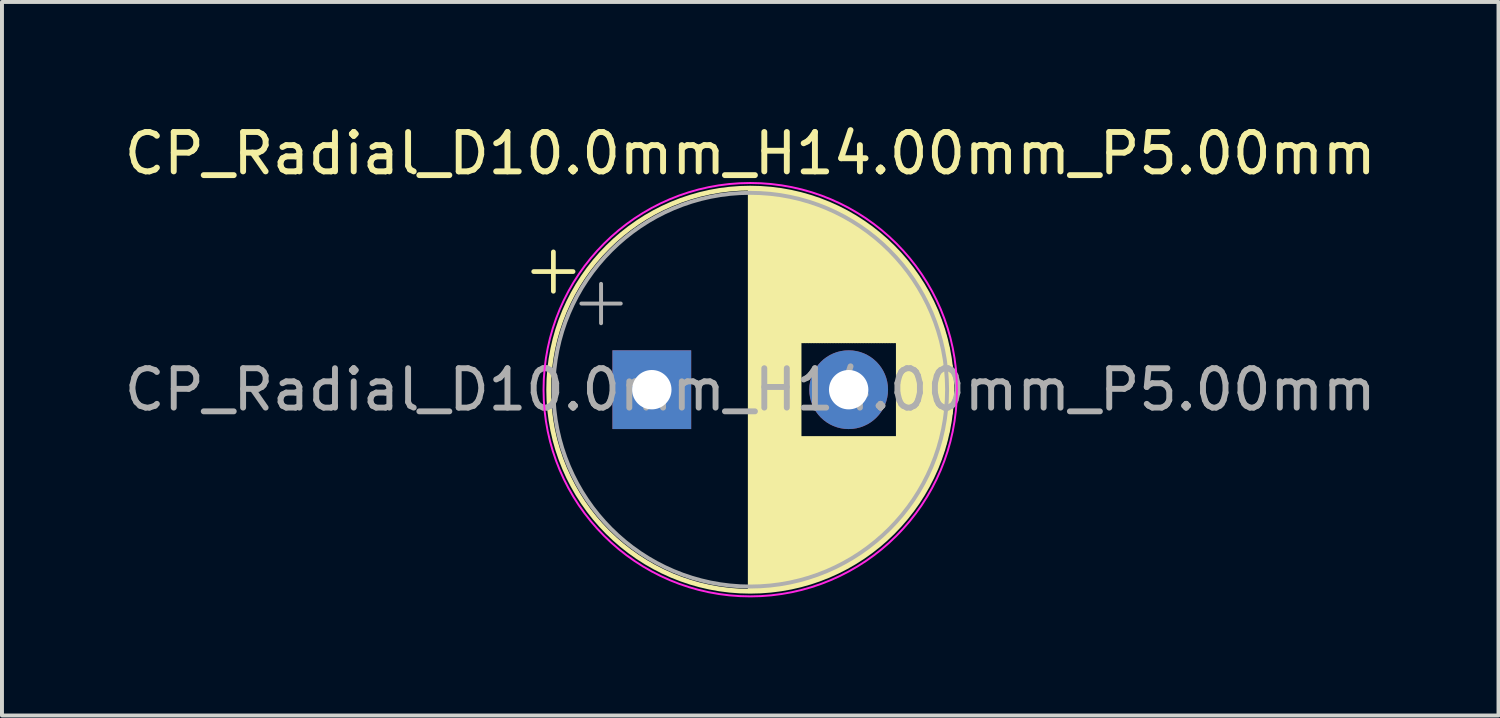
<source format=kicad_pcb>
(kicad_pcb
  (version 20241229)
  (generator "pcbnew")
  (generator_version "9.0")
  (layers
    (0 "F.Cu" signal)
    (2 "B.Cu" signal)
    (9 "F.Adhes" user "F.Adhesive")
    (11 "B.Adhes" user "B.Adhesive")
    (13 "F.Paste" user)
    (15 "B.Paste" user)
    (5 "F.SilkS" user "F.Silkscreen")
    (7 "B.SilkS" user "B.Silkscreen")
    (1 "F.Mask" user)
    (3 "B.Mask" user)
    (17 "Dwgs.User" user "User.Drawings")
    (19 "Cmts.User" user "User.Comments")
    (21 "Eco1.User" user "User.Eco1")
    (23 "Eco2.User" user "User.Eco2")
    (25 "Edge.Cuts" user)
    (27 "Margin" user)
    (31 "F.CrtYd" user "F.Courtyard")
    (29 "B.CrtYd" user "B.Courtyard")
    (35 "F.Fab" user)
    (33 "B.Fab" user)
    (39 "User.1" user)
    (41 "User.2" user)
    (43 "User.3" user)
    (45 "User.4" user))
  (footprint "CP_Radial_D10.0mm_H14.00mm_P5.00mm"
    (layer "F.Cu")
    (at 16.006 6.848)
    (property "Reference" "CP_Radial_D10.0mm_H14.00mm_P5.00mm" (at 0 -6 0) (layer "F.SilkS") (effects (font (size 1 1) (thickness 0.15))))
    (attr through_hole)
    (fp_line (start -5.5 -3) (end -4.5 -3) (stroke (width 0.12) (type solid)) (layer "F.SilkS"))
    (fp_line (start -5 -3.5) (end -5 -2.5) (stroke (width 0.12) (type solid)) (layer "F.SilkS"))
    (fp_line (start 0 -5.08) (end 0 5.08) (stroke (width 0.12) (type solid)) (layer "F.SilkS"))
    (fp_line (start 0.04 -5.08) (end 0.04 5.08) (stroke (width 0.12) (type solid)) (layer "F.SilkS"))
    (fp_line (start 0.08 -5.08) (end 0.08 5.08) (stroke (width 0.12) (type solid)) (layer "F.SilkS"))
    (fp_line (start 0.12 -5.079) (end 0.12 5.079) (stroke (width 0.12) (type solid)) (layer "F.SilkS"))
    (fp_line (start 0.16 -5.078) (end 0.16 5.078) (stroke (width 0.12) (type solid)) (layer "F.SilkS"))
    (fp_line (start 0.2 -5.077) (end 0.2 5.077) (stroke (width 0.12) (type solid)) (layer "F.SilkS"))
    (fp_line (start 0.24 -5.075) (end 0.24 5.075) (stroke (width 0.12) (type solid)) (layer "F.SilkS"))
    (fp_line (start 0.28 -5.073) (end 0.28 5.073) (stroke (width 0.12) (type solid)) (layer "F.SilkS"))
    (fp_line (start 0.32 -5.07) (end 0.32 5.07) (stroke (width 0.12) (type solid)) (layer "F.SilkS"))
    (fp_line (start 0.36 -5.068) (end 0.36 5.068) (stroke (width 0.12) (type solid)) (layer "F.SilkS"))
    (fp_line (start 0.4 -5.065) (end 0.4 5.065) (stroke (width 0.12) (type solid)) (layer "F.SilkS"))
    (fp_line (start 0.44 -5.062) (end 0.44 5.062) (stroke (width 0.12) (type solid)) (layer "F.SilkS"))
    (fp_line (start 0.48 -5.058) (end 0.48 5.058) (stroke (width 0.12) (type solid)) (layer "F.SilkS"))
    (fp_line (start 0.52 -5.054) (end 0.52 5.054) (stroke (width 0.12) (type solid)) (layer "F.SilkS"))
    (fp_line (start 0.56 -5.05) (end 0.56 5.05) (stroke (width 0.12) (type solid)) (layer "F.SilkS"))
    (fp_line (start 0.6 -5.045) (end 0.6 5.045) (stroke (width 0.12) (type solid)) (layer "F.SilkS"))
    (fp_line (start 0.64 -5.04) (end 0.64 5.04) (stroke (width 0.12) (type solid)) (layer "F.SilkS"))
    (fp_line (start 0.68 -5.035) (end 0.68 5.035) (stroke (width 0.12) (type solid)) (layer "F.SilkS"))
    (fp_line (start 0.721 -5.03) (end 0.721 5.03) (stroke (width 0.12) (type solid)) (layer "F.SilkS"))
    (fp_line (start 0.761 -5.024) (end 0.761 5.024) (stroke (width 0.12) (type solid)) (layer "F.SilkS"))
    (fp_line (start 0.801 -5.018) (end 0.801 5.018) (stroke (width 0.12) (type solid)) (layer "F.SilkS"))
    (fp_line (start 0.841 -5.011) (end 0.841 5.011) (stroke (width 0.12) (type solid)) (layer "F.SilkS"))
    (fp_line (start 0.881 -5.004) (end 0.881 5.004) (stroke (width 0.12) (type solid)) (layer "F.SilkS"))
    (fp_line (start 0.921 -4.997) (end 0.921 4.997) (stroke (width 0.12) (type solid)) (layer "F.SilkS"))
    (fp_line (start 0.961 -4.99) (end 0.961 4.99) (stroke (width 0.12) (type solid)) (layer "F.SilkS"))
    (fp_line (start 1.001 -4.982) (end 1.001 4.982) (stroke (width 0.12) (type solid)) (layer "F.SilkS"))
    (fp_line (start 1.041 -4.974) (end 1.041 4.974) (stroke (width 0.12) (type solid)) (layer "F.SilkS"))
    (fp_line (start 1.081 -4.965) (end 1.081 4.965) (stroke (width 0.12) (type solid)) (layer "F.SilkS"))
    (fp_line (start 1.121 -4.956) (end 1.121 4.956) (stroke (width 0.12) (type solid)) (layer "F.SilkS"))
    (fp_line (start 1.161 -4.947) (end 1.161 4.947) (stroke (width 0.12) (type solid)) (layer "F.SilkS"))
    (fp_line (start 1.201 -4.938) (end 1.201 4.938) (stroke (width 0.12) (type solid)) (layer "F.SilkS"))
    (fp_line (start 1.241 -4.928) (end 1.241 4.928) (stroke (width 0.12) (type solid)) (layer "F.SilkS"))
    (fp_line (start 1.281 -4.918) (end 1.281 -1.241) (stroke (width 0.12) (type solid)) (layer "F.SilkS"))
    (fp_line (start 1.281 1.241) (end 1.281 4.918) (stroke (width 0.12) (type solid)) (layer "F.SilkS"))
    (fp_line (start 1.321 -4.907) (end 1.321 -1.241) (stroke (width 0.12) (type solid)) (layer "F.SilkS"))
    (fp_line (start 1.321 1.241) (end 1.321 4.907) (stroke (width 0.12) (type solid)) (layer "F.SilkS"))
    (fp_line (start 1.361 -4.897) (end 1.361 -1.241) (stroke (width 0.12) (type solid)) (layer "F.SilkS"))
    (fp_line (start 1.361 1.241) (end 1.361 4.897) (stroke (width 0.12) (type solid)) (layer "F.SilkS"))
    (fp_line (start 1.401 -4.885) (end 1.401 -1.241) (stroke (width 0.12) (type solid)) (layer "F.SilkS"))
    (fp_line (start 1.401 1.241) (end 1.401 4.885) (stroke (width 0.12) (type solid)) (layer "F.SilkS"))
    (fp_line (start 1.441 -4.874) (end 1.441 -1.241) (stroke (width 0.12) (type solid)) (layer "F.SilkS"))
    (fp_line (start 1.441 1.241) (end 1.441 4.874) (stroke (width 0.12) (type solid)) (layer "F.SilkS"))
    (fp_line (start 1.481 -4.862) (end 1.481 -1.241) (stroke (width 0.12) (type solid)) (layer "F.SilkS"))
    (fp_line (start 1.481 1.241) (end 1.481 4.862) (stroke (width 0.12) (type solid)) (layer "F.SilkS"))
    (fp_line (start 1.521 -4.85) (end 1.521 -1.241) (stroke (width 0.12) (type solid)) (layer "F.SilkS"))
    (fp_line (start 1.521 1.241) (end 1.521 4.85) (stroke (width 0.12) (type solid)) (layer "F.SilkS"))
    (fp_line (start 1.561 -4.837) (end 1.561 -1.241) (stroke (width 0.12) (type solid)) (layer "F.SilkS"))
    (fp_line (start 1.561 1.241) (end 1.561 4.837) (stroke (width 0.12) (type solid)) (layer "F.SilkS"))
    (fp_line (start 1.601 -4.824) (end 1.601 -1.241) (stroke (width 0.12) (type solid)) (layer "F.SilkS"))
    (fp_line (start 1.601 1.241) (end 1.601 4.824) (stroke (width 0.12) (type solid)) (layer "F.SilkS"))
    (fp_line (start 1.641 -4.811) (end 1.641 -1.241) (stroke (width 0.12) (type solid)) (layer "F.SilkS"))
    (fp_line (start 1.641 1.241) (end 1.641 4.811) (stroke (width 0.12) (type solid)) (layer "F.SilkS"))
    (fp_line (start 1.681 -4.797) (end 1.681 -1.241) (stroke (width 0.12) (type solid)) (layer "F.SilkS"))
    (fp_line (start 1.681 1.241) (end 1.681 4.797) (stroke (width 0.12) (type solid)) (layer "F.SilkS"))
    (fp_line (start 1.721 -4.783) (end 1.721 -1.241) (stroke (width 0.12) (type solid)) (layer "F.SilkS"))
    (fp_line (start 1.721 1.241) (end 1.721 4.783) (stroke (width 0.12) (type solid)) (layer "F.SilkS"))
    (fp_line (start 1.761 -4.768) (end 1.761 -1.241) (stroke (width 0.12) (type solid)) (layer "F.SilkS"))
    (fp_line (start 1.761 1.241) (end 1.761 4.768) (stroke (width 0.12) (type solid)) (layer "F.SilkS"))
    (fp_line (start 1.801 -4.754) (end 1.801 -1.241) (stroke (width 0.12) (type solid)) (layer "F.SilkS"))
    (fp_line (start 1.801 1.241) (end 1.801 4.754) (stroke (width 0.12) (type solid)) (layer "F.SilkS"))
    (fp_line (start 1.841 -4.738) (end 1.841 -1.241) (stroke (width 0.12) (type solid)) (layer "F.SilkS"))
    (fp_line (start 1.841 1.241) (end 1.841 4.738) (stroke (width 0.12) (type solid)) (layer "F.SilkS"))
    (fp_line (start 1.881 -4.723) (end 1.881 -1.241) (stroke (width 0.12) (type solid)) (layer "F.SilkS"))
    (fp_line (start 1.881 1.241) (end 1.881 4.723) (stroke (width 0.12) (type solid)) (layer "F.SilkS"))
    (fp_line (start 1.921 -4.707) (end 1.921 -1.241) (stroke (width 0.12) (type solid)) (layer "F.SilkS"))
    (fp_line (start 1.921 1.241) (end 1.921 4.707) (stroke (width 0.12) (type solid)) (layer "F.SilkS"))
    (fp_line (start 1.961 -4.69) (end 1.961 -1.241) (stroke (width 0.12) (type solid)) (layer "F.SilkS"))
    (fp_line (start 1.961 1.241) (end 1.961 4.69) (stroke (width 0.12) (type solid)) (layer "F.SilkS"))
    (fp_line (start 2.001 -4.674) (end 2.001 -1.241) (stroke (width 0.12) (type solid)) (layer "F.SilkS"))
    (fp_line (start 2.001 1.241) (end 2.001 4.674) (stroke (width 0.12) (type solid)) (layer "F.SilkS"))
    (fp_line (start 2.041 -4.657) (end 2.041 -1.241) (stroke (width 0.12) (type solid)) (layer "F.SilkS"))
    (fp_line (start 2.041 1.241) (end 2.041 4.657) (stroke (width 0.12) (type solid)) (layer "F.SilkS"))
    (fp_line (start 2.081 -4.639) (end 2.081 -1.241) (stroke (width 0.12) (type solid)) (layer "F.SilkS"))
    (fp_line (start 2.081 1.241) (end 2.081 4.639) (stroke (width 0.12) (type solid)) (layer "F.SilkS"))
    (fp_line (start 2.121 -4.621) (end 2.121 -1.241) (stroke (width 0.12) (type solid)) (layer "F.SilkS"))
    (fp_line (start 2.121 1.241) (end 2.121 4.621) (stroke (width 0.12) (type solid)) (layer "F.SilkS"))
    (fp_line (start 2.161 -4.603) (end 2.161 -1.241) (stroke (width 0.12) (type solid)) (layer "F.SilkS"))
    (fp_line (start 2.161 1.241) (end 2.161 4.603) (stroke (width 0.12) (type solid)) (layer "F.SilkS"))
    (fp_line (start 2.201 -4.584) (end 2.201 -1.241) (stroke (width 0.12) (type solid)) (layer "F.SilkS"))
    (fp_line (start 2.201 1.241) (end 2.201 4.584) (stroke (width 0.12) (type solid)) (layer "F.SilkS"))
    (fp_line (start 2.241 -4.564) (end 2.241 -1.241) (stroke (width 0.12) (type solid)) (layer "F.SilkS"))
    (fp_line (start 2.241 1.241) (end 2.241 4.564) (stroke (width 0.12) (type solid)) (layer "F.SilkS"))
    (fp_line (start 2.281 -4.545) (end 2.281 -1.241) (stroke (width 0.12) (type solid)) (layer "F.SilkS"))
    (fp_line (start 2.281 1.241) (end 2.281 4.545) (stroke (width 0.12) (type solid)) (layer "F.SilkS"))
    (fp_line (start 2.321 -4.525) (end 2.321 -1.241) (stroke (width 0.12) (type solid)) (layer "F.SilkS"))
    (fp_line (start 2.321 1.241) (end 2.321 4.525) (stroke (width 0.12) (type solid)) (layer "F.SilkS"))
    (fp_line (start 2.361 -4.504) (end 2.361 -1.241) (stroke (width 0.12) (type solid)) (layer "F.SilkS"))
    (fp_line (start 2.361 1.241) (end 2.361 4.504) (stroke (width 0.12) (type solid)) (layer "F.SilkS"))
    (fp_line (start 2.401 -4.483) (end 2.401 -1.241) (stroke (width 0.12) (type solid)) (layer "F.SilkS"))
    (fp_line (start 2.401 1.241) (end 2.401 4.483) (stroke (width 0.12) (type solid)) (layer "F.SilkS"))
    (fp_line (start 2.441 -4.462) (end 2.441 -1.241) (stroke (width 0.12) (type solid)) (layer "F.SilkS"))
    (fp_line (start 2.441 1.241) (end 2.441 4.462) (stroke (width 0.12) (type solid)) (layer "F.SilkS"))
    (fp_line (start 2.481 -4.44) (end 2.481 -1.241) (stroke (width 0.12) (type solid)) (layer "F.SilkS"))
    (fp_line (start 2.481 1.241) (end 2.481 4.44) (stroke (width 0.12) (type solid)) (layer "F.SilkS"))
    (fp_line (start 2.521 -4.417) (end 2.521 -1.241) (stroke (width 0.12) (type solid)) (layer "F.SilkS"))
    (fp_line (start 2.521 1.241) (end 2.521 4.417) (stroke (width 0.12) (type solid)) (layer "F.SilkS"))
    (fp_line (start 2.561 -4.395) (end 2.561 -1.241) (stroke (width 0.12) (type solid)) (layer "F.SilkS"))
    (fp_line (start 2.561 1.241) (end 2.561 4.395) (stroke (width 0.12) (type solid)) (layer "F.SilkS"))
    (fp_line (start 2.601 -4.371) (end 2.601 -1.241) (stroke (width 0.12) (type solid)) (layer "F.SilkS"))
    (fp_line (start 2.601 1.241) (end 2.601 4.371) (stroke (width 0.12) (type solid)) (layer "F.SilkS"))
    (fp_line (start 2.641 -4.347) (end 2.641 -1.241) (stroke (width 0.12) (type solid)) (layer "F.SilkS"))
    (fp_line (start 2.641 1.241) (end 2.641 4.347) (stroke (width 0.12) (type solid)) (layer "F.SilkS"))
    (fp_line (start 2.681 -4.323) (end 2.681 -1.241) (stroke (width 0.12) (type solid)) (layer "F.SilkS"))
    (fp_line (start 2.681 1.241) (end 2.681 4.323) (stroke (width 0.12) (type solid)) (layer "F.SilkS"))
    (fp_line (start 2.721 -4.298) (end 2.721 -1.241) (stroke (width 0.12) (type solid)) (layer "F.SilkS"))
    (fp_line (start 2.721 1.241) (end 2.721 4.298) (stroke (width 0.12) (type solid)) (layer "F.SilkS"))
    (fp_line (start 2.761 -4.273) (end 2.761 -1.241) (stroke (width 0.12) (type solid)) (layer "F.SilkS"))
    (fp_line (start 2.761 1.241) (end 2.761 4.273) (stroke (width 0.12) (type solid)) (layer "F.SilkS"))
    (fp_line (start 2.801 -4.247) (end 2.801 -1.241) (stroke (width 0.12) (type solid)) (layer "F.SilkS"))
    (fp_line (start 2.801 1.241) (end 2.801 4.247) (stroke (width 0.12) (type solid)) (layer "F.SilkS"))
    (fp_line (start 2.841 -4.221) (end 2.841 -1.241) (stroke (width 0.12) (type solid)) (layer "F.SilkS"))
    (fp_line (start 2.841 1.241) (end 2.841 4.221) (stroke (width 0.12) (type solid)) (layer "F.SilkS"))
    (fp_line (start 2.881 -4.194) (end 2.881 -1.241) (stroke (width 0.12) (type solid)) (layer "F.SilkS"))
    (fp_line (start 2.881 1.241) (end 2.881 4.194) (stroke (width 0.12) (type solid)) (layer "F.SilkS"))
    (fp_line (start 2.921 -4.166) (end 2.921 -1.241) (stroke (width 0.12) (type solid)) (layer "F.SilkS"))
    (fp_line (start 2.921 1.241) (end 2.921 4.166) (stroke (width 0.12) (type solid)) (layer "F.SilkS"))
    (fp_line (start 2.961 -4.138) (end 2.961 -1.241) (stroke (width 0.12) (type solid)) (layer "F.SilkS"))
    (fp_line (start 2.961 1.241) (end 2.961 4.138) (stroke (width 0.12) (type solid)) (layer "F.SilkS"))
    (fp_line (start 3.001 -4.11) (end 3.001 -1.241) (stroke (width 0.12) (type solid)) (layer "F.SilkS"))
    (fp_line (start 3.001 1.241) (end 3.001 4.11) (stroke (width 0.12) (type solid)) (layer "F.SilkS"))
    (fp_line (start 3.041 -4.08) (end 3.041 -1.241) (stroke (width 0.12) (type solid)) (layer "F.SilkS"))
    (fp_line (start 3.041 1.241) (end 3.041 4.08) (stroke (width 0.12) (type solid)) (layer "F.SilkS"))
    (fp_line (start 3.081 -4.05) (end 3.081 -1.241) (stroke (width 0.12) (type solid)) (layer "F.SilkS"))
    (fp_line (start 3.081 1.241) (end 3.081 4.05) (stroke (width 0.12) (type solid)) (layer "F.SilkS"))
    (fp_line (start 3.121 -4.02) (end 3.121 -1.241) (stroke (width 0.12) (type solid)) (layer "F.SilkS"))
    (fp_line (start 3.121 1.241) (end 3.121 4.02) (stroke (width 0.12) (type solid)) (layer "F.SilkS"))
    (fp_line (start 3.161 -3.989) (end 3.161 -1.241) (stroke (width 0.12) (type solid)) (layer "F.SilkS"))
    (fp_line (start 3.161 1.241) (end 3.161 3.989) (stroke (width 0.12) (type solid)) (layer "F.SilkS"))
    (fp_line (start 3.201 -3.957) (end 3.201 -1.241) (stroke (width 0.12) (type solid)) (layer "F.SilkS"))
    (fp_line (start 3.201 1.241) (end 3.201 3.957) (stroke (width 0.12) (type solid)) (layer "F.SilkS"))
    (fp_line (start 3.241 -3.925) (end 3.241 -1.241) (stroke (width 0.12) (type solid)) (layer "F.SilkS"))
    (fp_line (start 3.241 1.241) (end 3.241 3.925) (stroke (width 0.12) (type solid)) (layer "F.SilkS"))
    (fp_line (start 3.281 -3.892) (end 3.281 -1.241) (stroke (width 0.12) (type solid)) (layer "F.SilkS"))
    (fp_line (start 3.281 1.241) (end 3.281 3.892) (stroke (width 0.12) (type solid)) (layer "F.SilkS"))
    (fp_line (start 3.321 -3.858) (end 3.321 -1.241) (stroke (width 0.12) (type solid)) (layer "F.SilkS"))
    (fp_line (start 3.321 1.241) (end 3.321 3.858) (stroke (width 0.12) (type solid)) (layer "F.SilkS"))
    (fp_line (start 3.361 -3.824) (end 3.361 -1.241) (stroke (width 0.12) (type solid)) (layer "F.SilkS"))
    (fp_line (start 3.361 1.241) (end 3.361 3.824) (stroke (width 0.12) (type solid)) (layer "F.SilkS"))
    (fp_line (start 3.401 -3.789) (end 3.401 -1.241) (stroke (width 0.12) (type solid)) (layer "F.SilkS"))
    (fp_line (start 3.401 1.241) (end 3.401 3.789) (stroke (width 0.12) (type solid)) (layer "F.SilkS"))
    (fp_line (start 3.441 -3.753) (end 3.441 -1.241) (stroke (width 0.12) (type solid)) (layer "F.SilkS"))
    (fp_line (start 3.441 1.241) (end 3.441 3.753) (stroke (width 0.12) (type solid)) (layer "F.SilkS"))
    (fp_line (start 3.481 -3.716) (end 3.481 -1.241) (stroke (width 0.12) (type solid)) (layer "F.SilkS"))
    (fp_line (start 3.481 1.241) (end 3.481 3.716) (stroke (width 0.12) (type solid)) (layer "F.SilkS"))
    (fp_line (start 3.521 -3.679) (end 3.521 -1.241) (stroke (width 0.12) (type solid)) (layer "F.SilkS"))
    (fp_line (start 3.521 1.241) (end 3.521 3.679) (stroke (width 0.12) (type solid)) (layer "F.SilkS"))
    (fp_line (start 3.561 -3.64) (end 3.561 -1.241) (stroke (width 0.12) (type solid)) (layer "F.SilkS"))
    (fp_line (start 3.561 1.241) (end 3.561 3.64) (stroke (width 0.12) (type solid)) (layer "F.SilkS"))
    (fp_line (start 3.601 -3.601) (end 3.601 -1.241) (stroke (width 0.12) (type solid)) (layer "F.SilkS"))
    (fp_line (start 3.601 1.241) (end 3.601 3.601) (stroke (width 0.12) (type solid)) (layer "F.SilkS"))
    (fp_line (start 3.641 -3.561) (end 3.641 -1.241) (stroke (width 0.12) (type solid)) (layer "F.SilkS"))
    (fp_line (start 3.641 1.241) (end 3.641 3.561) (stroke (width 0.12) (type solid)) (layer "F.SilkS"))
    (fp_line (start 3.681 -3.52) (end 3.681 -1.241) (stroke (width 0.12) (type solid)) (layer "F.SilkS"))
    (fp_line (start 3.681 1.241) (end 3.681 3.52) (stroke (width 0.12) (type solid)) (layer "F.SilkS"))
    (fp_line (start 3.721 -3.478) (end 3.721 -1.241) (stroke (width 0.12) (type solid)) (layer "F.SilkS"))
    (fp_line (start 3.721 1.241) (end 3.721 3.478) (stroke (width 0.12) (type solid)) (layer "F.SilkS"))
    (fp_line (start 3.761 -3.436) (end 3.761 3.436) (stroke (width 0.12) (type solid)) (layer "F.SilkS"))
    (fp_line (start 3.801 -3.392) (end 3.801 3.392) (stroke (width 0.12) (type solid)) (layer "F.SilkS"))
    (fp_line (start 3.841 -3.347) (end 3.841 3.347) (stroke (width 0.12) (type solid)) (layer "F.SilkS"))
    (fp_line (start 3.881 -3.301) (end 3.881 3.301) (stroke (width 0.12) (type solid)) (layer "F.SilkS"))
    (fp_line (start 3.921 -3.254) (end 3.921 3.254) (stroke (width 0.12) (type solid)) (layer "F.SilkS"))
    (fp_line (start 3.961 -3.206) (end 3.961 3.206) (stroke (width 0.12) (type solid)) (layer "F.SilkS"))
    (fp_line (start 4.001 -3.156) (end 4.001 3.156) (stroke (width 0.12) (type solid)) (layer "F.SilkS"))
    (fp_line (start 4.041 -3.106) (end 4.041 3.106) (stroke (width 0.12) (type solid)) (layer "F.SilkS"))
    (fp_line (start 4.081 -3.054) (end 4.081 3.054) (stroke (width 0.12) (type solid)) (layer "F.SilkS"))
    (fp_line (start 4.121 -3) (end 4.121 3) (stroke (width 0.12) (type solid)) (layer "F.SilkS"))
    (fp_line (start 4.161 -2.945) (end 4.161 2.945) (stroke (width 0.12) (type solid)) (layer "F.SilkS"))
    (fp_line (start 4.201 -2.889) (end 4.201 2.889) (stroke (width 0.12) (type solid)) (layer "F.SilkS"))
    (fp_line (start 4.241 -2.83) (end 4.241 2.83) (stroke (width 0.12) (type solid)) (layer "F.SilkS"))
    (fp_line (start 4.281 -2.77) (end 4.281 2.77) (stroke (width 0.12) (type solid)) (layer "F.SilkS"))
    (fp_line (start 4.321 -2.709) (end 4.321 2.709) (stroke (width 0.12) (type solid)) (layer "F.SilkS"))
    (fp_line (start 4.361 -2.645) (end 4.361 2.645) (stroke (width 0.12) (type solid)) (layer "F.SilkS"))
    (fp_line (start 4.401 -2.579) (end 4.401 2.579) (stroke (width 0.12) (type solid)) (layer "F.SilkS"))
    (fp_line (start 4.441 -2.51) (end 4.441 2.51) (stroke (width 0.12) (type solid)) (layer "F.SilkS"))
    (fp_line (start 4.481 -2.439) (end 4.481 2.439) (stroke (width 0.12) (type solid)) (layer "F.SilkS"))
    (fp_line (start 4.521 -2.365) (end 4.521 2.365) (stroke (width 0.12) (type solid)) (layer "F.SilkS"))
    (fp_line (start 4.561 -2.289) (end 4.561 2.289) (stroke (width 0.12) (type solid)) (layer "F.SilkS"))
    (fp_line (start 4.601 -2.209) (end 4.601 2.209) (stroke (width 0.12) (type solid)) (layer "F.SilkS"))
    (fp_line (start 4.641 -2.125) (end 4.641 2.125) (stroke (width 0.12) (type solid)) (layer "F.SilkS"))
    (fp_line (start 4.681 -2.037) (end 4.681 2.037) (stroke (width 0.12) (type solid)) (layer "F.SilkS"))
    (fp_line (start 4.721 -1.944) (end 4.721 1.944) (stroke (width 0.12) (type solid)) (layer "F.SilkS"))
    (fp_line (start 4.761 -1.846) (end 4.761 1.846) (stroke (width 0.12) (type solid)) (layer "F.SilkS"))
    (fp_line (start 4.801 -1.742) (end 4.801 1.742) (stroke (width 0.12) (type solid)) (layer "F.SilkS"))
    (fp_line (start 4.841 -1.63) (end 4.841 1.63) (stroke (width 0.12) (type solid)) (layer "F.SilkS"))
    (fp_line (start 4.881 -1.51) (end 4.881 1.51) (stroke (width 0.12) (type solid)) (layer "F.SilkS"))
    (fp_line (start 4.921 -1.378) (end 4.921 1.378) (stroke (width 0.12) (type solid)) (layer "F.SilkS"))
    (fp_line (start 4.961 -1.23) (end 4.961 1.23) (stroke (width 0.12) (type solid)) (layer "F.SilkS"))
    (fp_line (start 5.001 -1.062) (end 5.001 1.062) (stroke (width 0.12) (type solid)) (layer "F.SilkS"))
    (fp_line (start 5.041 -0.862) (end 5.041 0.862) (stroke (width 0.12) (type solid)) (layer "F.SilkS"))
    (fp_line (start 5.081 -0.599) (end 5.081 0.599) (stroke (width 0.12) (type solid)) (layer "F.SilkS"))
    (fp_circle (center 0 0) (end 5.12 0) (stroke (width 0.12) (type solid)) (fill no) (layer "F.SilkS"))
    (fp_circle (center 0 0) (end 5.25 0) (stroke (width 0.05) (type solid)) (fill no) (layer "F.CrtYd"))
    (fp_line (start -4.289 -2.188) (end -3.289 -2.188) (stroke (width 0.1) (type solid)) (layer "F.Fab"))
    (fp_line (start -3.789 -2.688) (end -3.789 -1.688) (stroke (width 0.1) (type solid)) (layer "F.Fab"))
    (fp_circle (center 0 0) (end 5 0) (stroke (width 0.1) (type solid)) (fill no) (layer "F.Fab"))
    (fp_text user "${REFERENCE}" (at 0 0 0) (layer "F.Fab") (effects (font (size 1 1) (thickness 0.15))))
    (pad "1" thru_hole rect (at -2.5 0) (size 2 2) (drill 1) (layers "*.Cu" "*.Mask"))
    (pad "2" thru_hole circle (at 2.5 0) (size 2 2) (drill 1) (layers "*.Cu" "*.Mask")))
  (gr_rect
    (start -3 -3)
    (end 35.012 15.123)
    (stroke (width 0.1) (type default))
    (fill no)
    (layer "Edge.Cuts")))
</source>
